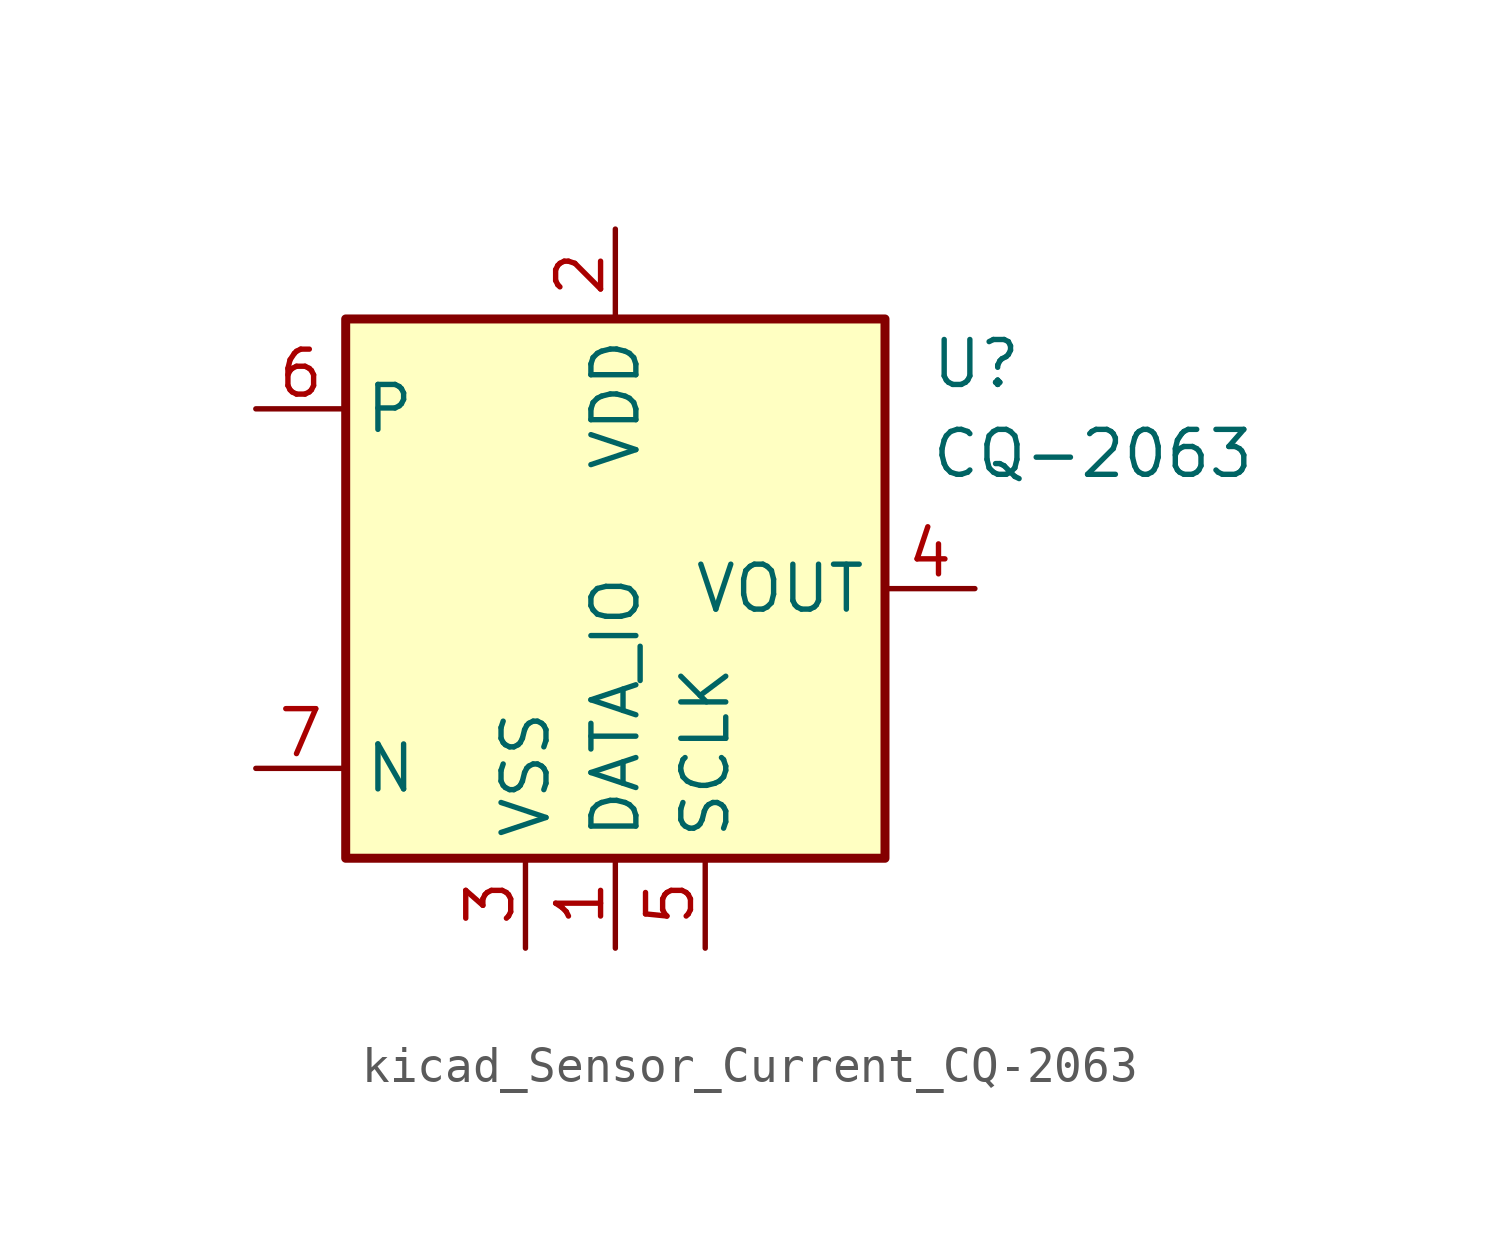
<source format=kicad_sym>
(kicad_symbol_lib
  (version 20220914)
  (generator kicad_symbol_editor)
  (symbol "kicad_Sensor_Current_CQ-2063"
    (property "Reference" "U"
      (at 8.89 6.35 0)
      (effects (font (size 1.27 1.27)) (justify left)))
    (property "Value" "CQ-2063"
      (at 8.89 3.81 0)
      (effects (font (size 1.27 1.27)) (justify left)))
    (symbol "kicad_Sensor_Current_CQ-2063_0_1"
      (rectangle (start -7.62 7.62) (end 7.62 -7.62) (stroke (width 0.254) (type default)) (fill (type background))))
    (symbol "kicad_Sensor_Current_CQ-2063_1_1"
      (pin power_in line (at 0 -10.16 90) (length 2.54) (name "DATA_IO" (effects (font (size 1.27 1.27)))) (number "1" (effects (font (size 1.27 1.27)))))
      (pin power_in line (at 0 10.16 270) (length 2.54) (name "VDD" (effects (font (size 1.27 1.27)))) (number "2" (effects (font (size 1.27 1.27)))))
      (pin power_in line (at -2.54 -10.16 90) (length 2.54) (name "VSS" (effects (font (size 1.27 1.27)))) (number "3" (effects (font (size 1.27 1.27)))))
      (pin output line (at 10.16 0 180) (length 2.54) (name "VOUT" (effects (font (size 1.27 1.27)))) (number "4" (effects (font (size 1.27 1.27)))))
      (pin power_in line (at 2.54 -10.16 90) (length 2.54) (name "SCLK" (effects (font (size 1.27 1.27)))) (number "5" (effects (font (size 1.27 1.27)))))
      (pin passive line (at -10.16 5.08 0) (length 2.54) (name "P" (effects (font (size 1.27 1.27)))) (number "6" (effects (font (size 1.27 1.27)))))
      (pin passive line (at -10.16 -5.08 0) (length 2.54) (name "N" (effects (font (size 1.27 1.27)))) (number "7" (effects (font (size 1.27 1.27))))))))
</source>
